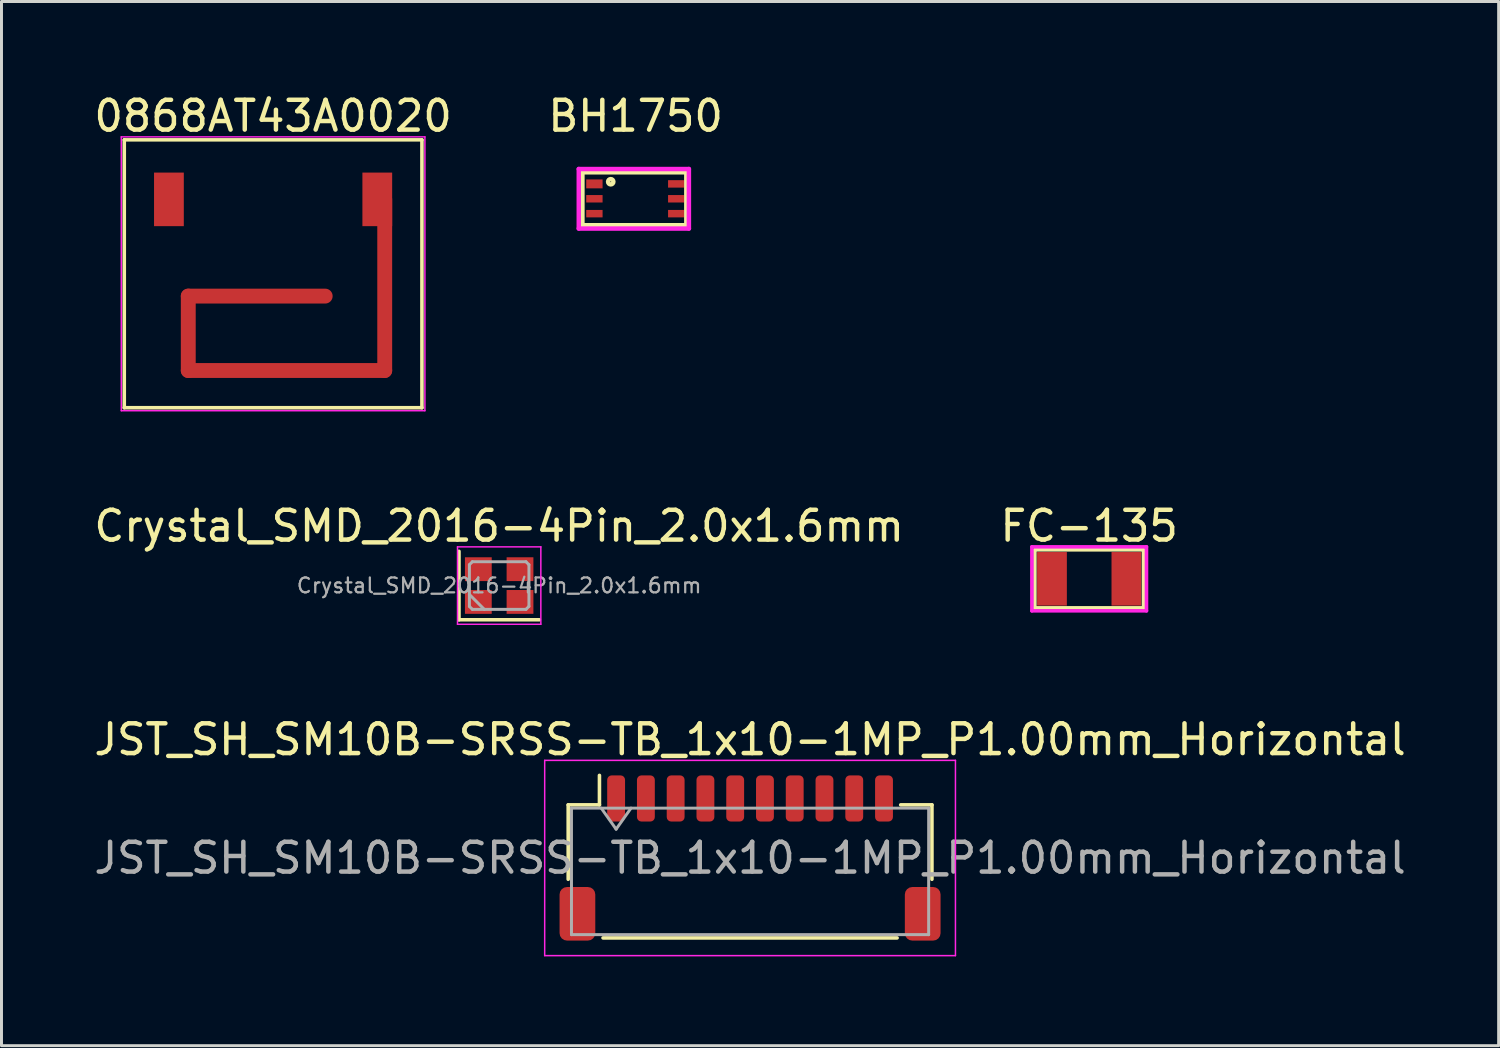
<source format=kicad_pcb>
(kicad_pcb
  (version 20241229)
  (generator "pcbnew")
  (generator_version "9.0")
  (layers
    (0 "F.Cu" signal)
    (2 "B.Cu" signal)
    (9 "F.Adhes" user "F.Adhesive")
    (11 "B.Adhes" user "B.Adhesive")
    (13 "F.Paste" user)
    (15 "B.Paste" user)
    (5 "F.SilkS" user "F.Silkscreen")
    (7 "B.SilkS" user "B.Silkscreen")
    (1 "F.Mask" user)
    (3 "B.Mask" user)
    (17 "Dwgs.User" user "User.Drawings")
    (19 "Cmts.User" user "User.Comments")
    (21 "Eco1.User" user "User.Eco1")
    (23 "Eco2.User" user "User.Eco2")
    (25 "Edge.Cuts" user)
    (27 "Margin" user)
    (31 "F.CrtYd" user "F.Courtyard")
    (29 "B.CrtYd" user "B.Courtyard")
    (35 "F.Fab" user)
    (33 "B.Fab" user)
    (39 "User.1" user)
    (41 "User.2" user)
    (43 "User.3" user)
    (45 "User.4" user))
  (footprint "0868AT43A0020"
    (layer "F.Cu")
    (at 6.125 3.648)
    (property "Reference" "0868AT43A0020" (at 0 -2.8 0) (layer "F.SilkS") (effects (font (size 1 1) (thickness 0.15))))
    (attr through_hole)
    (fp_line (start -2.85 3.25) (end 1.75 3.25) (stroke (width 0.5) (type solid)) (layer "F.Cu"))
    (fp_line (start -2.85 5.75) (end -2.85 3.25) (stroke (width 0.5) (type solid)) (layer "F.Cu"))
    (fp_line (start 3.75 0) (end 3.75 5.75) (stroke (width 0.5) (type solid)) (layer "F.Cu"))
    (fp_line (start 3.75 5.75) (end -2.85 5.75) (stroke (width 0.5) (type solid)) (layer "F.Cu"))
    (fp_line (start -5 -2) (end 5 -2) (stroke (width 0.12) (type solid)) (layer "F.SilkS"))
    (fp_line (start -5 7) (end -5 -2) (stroke (width 0.12) (type solid)) (layer "F.SilkS"))
    (fp_line (start 5 -2) (end 5 7) (stroke (width 0.12) (type solid)) (layer "F.SilkS"))
    (fp_line (start 5 7) (end -5 7) (stroke (width 0.12) (type solid)) (layer "F.SilkS"))
    (fp_line (start -5.1 -2.1) (end 5.1 -2.1) (stroke (width 0.05) (type solid)) (layer "F.CrtYd"))
    (fp_line (start -5.1 7.1) (end -5.1 -2.1) (stroke (width 0.05) (type solid)) (layer "F.CrtYd"))
    (fp_line (start 5.1 -2.1) (end 5.1 7.1) (stroke (width 0.05) (type solid)) (layer "F.CrtYd"))
    (fp_line (start 5.1 7.1) (end -5.1 7.1) (stroke (width 0.05) (type solid)) (layer "F.CrtYd"))
    (pad "1" smd trapezoid (at -3.5 0) (size 1 1.8) (layers "F.Cu" "F.Mask" "F.Paste"))
    (pad "2" smd trapezoid (at 3.5 0) (size 1 1.8) (layers "F.Cu" "F.Mask" "F.Paste")))
  (footprint "JST_SH_SM10B-SRSS-TB_1x10-1MP_P1.00mm_Horizontal"
    (layer "F.Cu")
    (at 22.149 25.775)
    (property "Reference" "JST_SH_SM10B-SRSS-TB_1x10-1MP_P1.00mm_Horizontal" (at 0 -3.98 0) (layer "F.SilkS") (effects (font (size 1 1) (thickness 0.15))))
    (attr smd)
    (fp_line (start -6.11 -1.785) (end -5.06 -1.785) (stroke (width 0.12) (type solid)) (layer "F.SilkS"))
    (fp_line (start -6.11 0.715) (end -6.11 -1.785) (stroke (width 0.12) (type solid)) (layer "F.SilkS"))
    (fp_line (start -5.06 -1.785) (end -5.06 -2.775) (stroke (width 0.12) (type solid)) (layer "F.SilkS"))
    (fp_line (start -4.94 2.685) (end 4.94 2.685) (stroke (width 0.12) (type solid)) (layer "F.SilkS"))
    (fp_line (start 6.11 -1.785) (end 5.06 -1.785) (stroke (width 0.12) (type solid)) (layer "F.SilkS"))
    (fp_line (start 6.11 0.715) (end 6.11 -1.785) (stroke (width 0.12) (type solid)) (layer "F.SilkS"))
    (fp_line (start -6.9 -3.28) (end -6.9 3.28) (stroke (width 0.05) (type solid)) (layer "F.CrtYd"))
    (fp_line (start -6.9 3.28) (end 6.9 3.28) (stroke (width 0.05) (type solid)) (layer "F.CrtYd"))
    (fp_line (start 6.9 -3.28) (end -6.9 -3.28) (stroke (width 0.05) (type solid)) (layer "F.CrtYd"))
    (fp_line (start 6.9 3.28) (end 6.9 -3.28) (stroke (width 0.05) (type solid)) (layer "F.CrtYd"))
    (fp_line (start -6 -1.675) (end -6 2.575) (stroke (width 0.1) (type solid)) (layer "F.Fab"))
    (fp_line (start -6 -1.675) (end 6 -1.675) (stroke (width 0.1) (type solid)) (layer "F.Fab"))
    (fp_line (start -6 2.575) (end 6 2.575) (stroke (width 0.1) (type solid)) (layer "F.Fab"))
    (fp_line (start -5 -1.675) (end -4.5 -0.968) (stroke (width 0.1) (type solid)) (layer "F.Fab"))
    (fp_line (start -4.5 -0.968) (end -4 -1.675) (stroke (width 0.1) (type solid)) (layer "F.Fab"))
    (fp_line (start 6 -1.675) (end 6 2.575) (stroke (width 0.1) (type solid)) (layer "F.Fab"))
    (fp_text user "${REFERENCE}" (at 0 0 0) (layer "F.Fab") (effects (font (size 1 1) (thickness 0.15))))
    (pad "1" smd roundrect (at -4.5 -2) (size 0.6 1.55) (layers "F.Cu" "F.Mask" "F.Paste") (roundrect_rratio 0.25))
    (pad "2" smd roundrect (at -3.5 -2) (size 0.6 1.55) (layers "F.Cu" "F.Mask" "F.Paste") (roundrect_rratio 0.25))
    (pad "3" smd roundrect (at -2.5 -2) (size 0.6 1.55) (layers "F.Cu" "F.Mask" "F.Paste") (roundrect_rratio 0.25))
    (pad "4" smd roundrect (at -1.5 -2) (size 0.6 1.55) (layers "F.Cu" "F.Mask" "F.Paste") (roundrect_rratio 0.25))
    (pad "5" smd roundrect (at -0.5 -2) (size 0.6 1.55) (layers "F.Cu" "F.Mask" "F.Paste") (roundrect_rratio 0.25))
    (pad "6" smd roundrect (at 0.5 -2) (size 0.6 1.55) (layers "F.Cu" "F.Mask" "F.Paste") (roundrect_rratio 0.25))
    (pad "7" smd roundrect (at 1.5 -2) (size 0.6 1.55) (layers "F.Cu" "F.Mask" "F.Paste") (roundrect_rratio 0.25))
    (pad "8" smd roundrect (at 2.5 -2) (size 0.6 1.55) (layers "F.Cu" "F.Mask" "F.Paste") (roundrect_rratio 0.25))
    (pad "9" smd roundrect (at 3.5 -2) (size 0.6 1.55) (layers "F.Cu" "F.Mask" "F.Paste") (roundrect_rratio 0.25))
    (pad "10" smd roundrect (at 4.5 -2) (size 0.6 1.55) (layers "F.Cu" "F.Mask" "F.Paste") (roundrect_rratio 0.25))
    (pad "MP" smd roundrect (at -5.8 1.875) (size 1.2 1.8) (layers "F.Cu" "F.Mask" "F.Paste") (roundrect_rratio 0.208))
    (pad "MP" smd roundrect (at 5.8 1.875) (size 1.2 1.8) (layers "F.Cu" "F.Mask" "F.Paste") (roundrect_rratio 0.208)))
  (footprint "BH1750"
    (layer "F.Cu")
    (at 18.294 3.628)
    (property "Reference" "BH1750" (at 0.01 -2.78 180) (layer "F.SilkS") (effects (font (size 1 1) (thickness 0.15))))
    (attr through_hole)
    (fp_line (start -1.778 -0.889) (end -1.778 0.889) (stroke (width 0.15) (type solid)) (layer "F.SilkS"))
    (fp_line (start -1.778 0.889) (end 1.714 0.889) (stroke (width 0.15) (type solid)) (layer "F.SilkS"))
    (fp_line (start 1.714 -0.889) (end -1.778 -0.889) (stroke (width 0.15) (type solid)) (layer "F.SilkS"))
    (fp_line (start 1.714 0.889) (end 1.714 -0.889) (stroke (width 0.15) (type solid)) (layer "F.SilkS"))
    (fp_circle (center -0.826 -0.572) (end -0.889 -0.635) (stroke (width 0.15) (type solid)) (fill no) (layer "F.SilkS"))
    (fp_line (start -1.9 -1) (end 1.8 -1) (stroke (width 0.15) (type solid)) (layer "F.CrtYd"))
    (fp_line (start -1.9 1) (end -1.9 -1) (stroke (width 0.15) (type solid)) (layer "F.CrtYd"))
    (fp_line (start 1.8 -1) (end 1.8 1) (stroke (width 0.15) (type solid)) (layer "F.CrtYd"))
    (fp_line (start 1.8 1) (end -1.9 1) (stroke (width 0.15) (type solid)) (layer "F.CrtYd"))
    (pad "1" smd trapezoid (at -1.375 -0.5) (size 0.55 0.3) (layers "F.Cu" "F.Mask" "F.Paste"))
    (pad "2" smd trapezoid (at -1.375 0) (size 0.55 0.25) (layers "F.Cu" "F.Mask" "F.Paste"))
    (pad "3" smd trapezoid (at -1.375 0.5) (size 0.55 0.25) (layers "F.Cu" "F.Mask" "F.Paste"))
    (pad "4" smd trapezoid (at 1.375 0.5) (size 0.55 0.25) (layers "F.Cu" "F.Mask" "F.Paste"))
    (pad "5" smd trapezoid (at 1.375 0) (size 0.55 0.25) (layers "F.Cu" "F.Mask" "F.Paste"))
    (pad "6" smd trapezoid (at 1.375 -0.5) (size 0.55 0.25) (layers "F.Cu" "F.Mask" "F.Paste")))
  (footprint "FC-135"
    (layer "F.Cu")
    (at 33.542 16.396)
    (property "Reference" "FC-135" (at 0 -1.775 0) (layer "F.SilkS") (effects (font (size 1 1) (thickness 0.15))))
    (attr through_hole)
    (fp_line (start -1.825 -0.975) (end 1.825 -0.975) (stroke (width 0.12) (type solid)) (layer "F.SilkS"))
    (fp_line (start -1.825 0.975) (end -1.825 -0.975) (stroke (width 0.12) (type solid)) (layer "F.SilkS"))
    (fp_line (start 1.825 -0.975) (end 1.825 0.975) (stroke (width 0.12) (type solid)) (layer "F.SilkS"))
    (fp_line (start 1.825 0.975) (end -1.825 0.975) (stroke (width 0.12) (type solid)) (layer "F.SilkS"))
    (fp_line (start -1.925 -1.075) (end 1.925 -1.075) (stroke (width 0.12) (type solid)) (layer "F.CrtYd"))
    (fp_line (start -1.925 1.075) (end -1.925 -1.075) (stroke (width 0.12) (type solid)) (layer "F.CrtYd"))
    (fp_line (start 1.925 -1.075) (end 1.925 1.075) (stroke (width 0.12) (type solid)) (layer "F.CrtYd"))
    (fp_line (start 1.925 1.075) (end -1.925 1.075) (stroke (width 0.12) (type solid)) (layer "F.CrtYd"))
    (pad "1" smd trapezoid (at -1.25 0) (size 1 1.8) (layers "F.Cu" "F.Mask" "F.Paste"))
    (pad "2" smd rect (at 1.25 0) (size 1 1.8) (layers "F.Cu" "F.Mask" "F.Paste")))
  (footprint "Crystal_SMD_2016-4Pin_2.0x1.6mm"
    (layer "F.Cu")
    (at 13.72 16.622)
    (property "Reference" "Crystal_SMD_2016-4Pin_2.0x1.6mm" (at 0 -2 0) (layer "F.SilkS") (effects (font (size 1 1) (thickness 0.15))))
    (attr smd)
    (fp_line (start -1.35 -1.15) (end -1.35 1.15) (stroke (width 0.12) (type solid)) (layer "F.SilkS"))
    (fp_line (start -1.35 1.15) (end 1.35 1.15) (stroke (width 0.12) (type solid)) (layer "F.SilkS"))
    (fp_line (start -1.4 -1.3) (end -1.4 1.3) (stroke (width 0.05) (type solid)) (layer "F.CrtYd"))
    (fp_line (start -1.4 1.3) (end 1.4 1.3) (stroke (width 0.05) (type solid)) (layer "F.CrtYd"))
    (fp_line (start 1.4 -1.3) (end -1.4 -1.3) (stroke (width 0.05) (type solid)) (layer "F.CrtYd"))
    (fp_line (start 1.4 1.3) (end 1.4 -1.3) (stroke (width 0.05) (type solid)) (layer "F.CrtYd"))
    (fp_line (start -1 -0.7) (end -0.9 -0.8) (stroke (width 0.1) (type solid)) (layer "F.Fab"))
    (fp_line (start -1 0.3) (end -0.5 0.8) (stroke (width 0.1) (type solid)) (layer "F.Fab"))
    (fp_line (start -1 0.7) (end -1 -0.7) (stroke (width 0.1) (type solid)) (layer "F.Fab"))
    (fp_line (start -0.9 -0.8) (end 0.9 -0.8) (stroke (width 0.1) (type solid)) (layer "F.Fab"))
    (fp_line (start -0.9 0.8) (end -1 0.7) (stroke (width 0.1) (type solid)) (layer "F.Fab"))
    (fp_line (start 0.9 -0.8) (end 1 -0.7) (stroke (width 0.1) (type solid)) (layer "F.Fab"))
    (fp_line (start 0.9 0.8) (end -0.9 0.8) (stroke (width 0.1) (type solid)) (layer "F.Fab"))
    (fp_line (start 1 -0.7) (end 1 0.7) (stroke (width 0.1) (type solid)) (layer "F.Fab"))
    (fp_line (start 1 0.7) (end 0.9 0.8) (stroke (width 0.1) (type solid)) (layer "F.Fab"))
    (fp_text user "${REFERENCE}" (at 0 0 0) (layer "F.Fab") (effects (font (size 0.5 0.5) (thickness 0.075))))
    (pad "1" smd rect (at -0.7 0.55) (size 0.9 0.8) (layers "F.Cu" "F.Mask" "F.Paste"))
    (pad "2" smd rect (at 0.7 0.55) (size 0.9 0.8) (layers "F.Cu" "F.Mask" "F.Paste"))
    (pad "3" smd rect (at 0.7 -0.55) (size 0.9 0.8) (layers "F.Cu" "F.Mask" "F.Paste"))
    (pad "4" smd rect (at -0.7 -0.55) (size 0.9 0.8) (layers "F.Cu" "F.Mask" "F.Paste")))
  (gr_rect
    (start -3 -3)
    (end 47.298 32.08)
    (stroke (width 0.1) (type default))
    (fill no)
    (layer "Edge.Cuts")))
</source>
